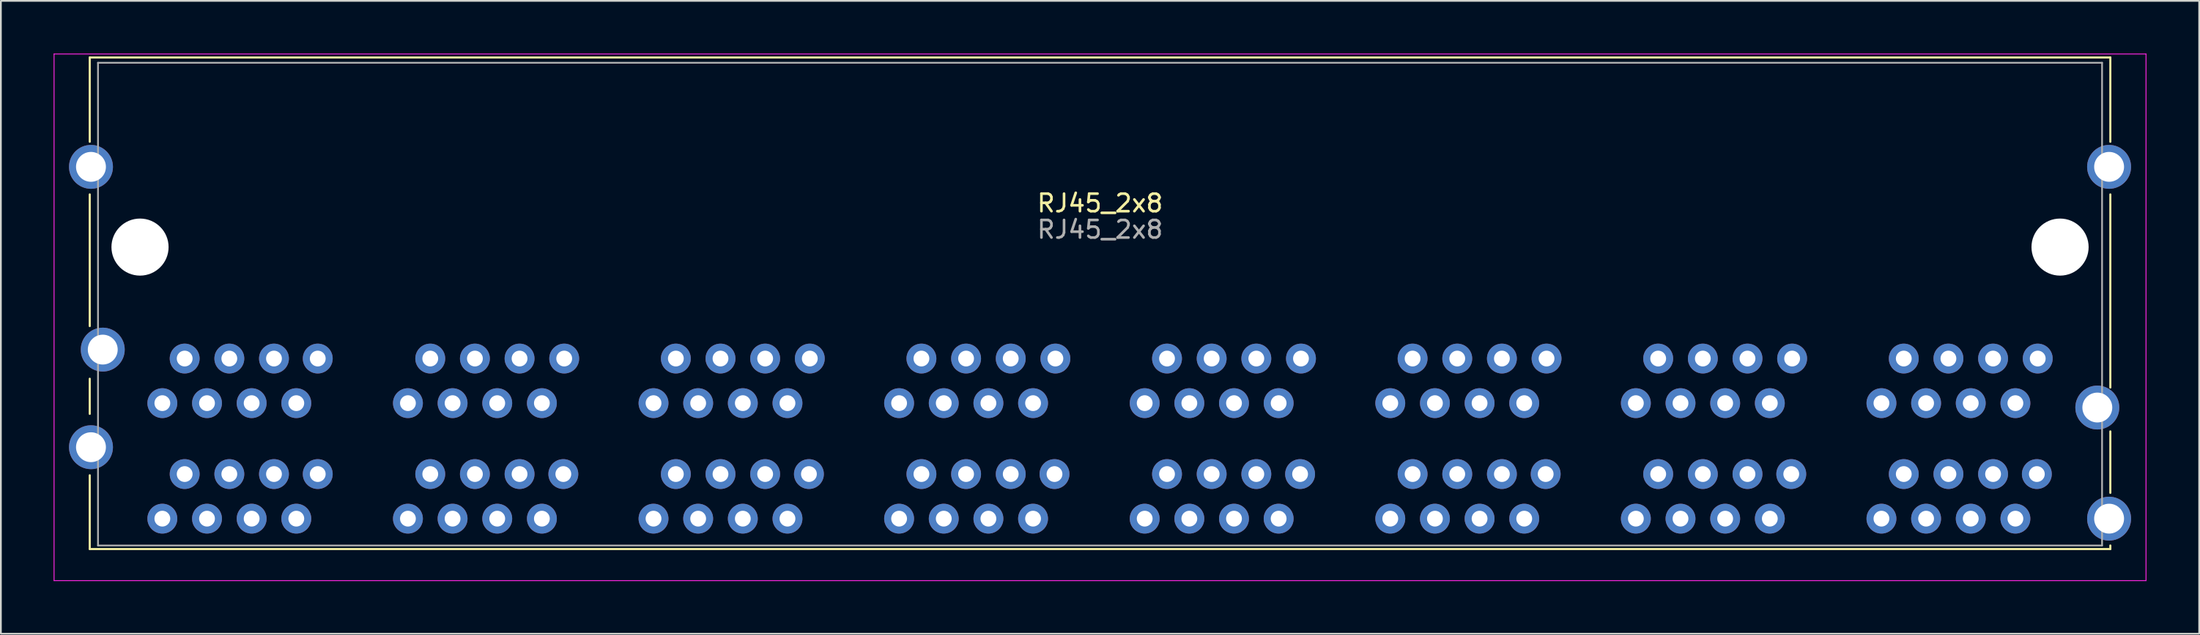
<source format=kicad_pcb>
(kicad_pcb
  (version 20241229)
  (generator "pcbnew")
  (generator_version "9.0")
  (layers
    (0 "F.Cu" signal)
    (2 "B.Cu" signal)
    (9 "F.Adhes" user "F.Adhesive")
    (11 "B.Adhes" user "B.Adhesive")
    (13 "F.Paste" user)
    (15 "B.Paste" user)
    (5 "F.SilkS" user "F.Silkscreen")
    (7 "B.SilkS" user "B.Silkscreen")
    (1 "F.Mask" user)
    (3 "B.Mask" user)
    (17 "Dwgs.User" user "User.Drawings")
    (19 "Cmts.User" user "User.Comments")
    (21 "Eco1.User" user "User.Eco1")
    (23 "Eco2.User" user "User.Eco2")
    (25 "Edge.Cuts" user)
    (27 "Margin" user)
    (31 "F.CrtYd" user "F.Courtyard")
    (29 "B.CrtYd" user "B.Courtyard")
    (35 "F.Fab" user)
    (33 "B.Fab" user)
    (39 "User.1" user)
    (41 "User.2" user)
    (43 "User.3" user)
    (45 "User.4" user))
  (footprint "RJ45_2x8"
    (layer "F.Cu")
    (at 59.525 11.025)
    (property "Reference" "RJ45_2x8" (at 0 -2.5 0) (layer "F.SilkS") (effects (font (size 1 1) (thickness 0.15))))
    (attr through_hole)
    (fp_line (start -57.47 -10.8) (end 57.47 -10.8) (stroke (width 0.12) (type solid)) (layer "F.SilkS"))
    (fp_line (start -57.47 -6) (end -57.47 -10.8) (stroke (width 0.12) (type solid)) (layer "F.SilkS"))
    (fp_line (start -57.47 4.5) (end -57.47 -3) (stroke (width 0.12) (type solid)) (layer "F.SilkS"))
    (fp_line (start -57.47 9.5) (end -57.47 7.5) (stroke (width 0.12) (type solid)) (layer "F.SilkS"))
    (fp_line (start -57.47 17.2) (end -57.47 13) (stroke (width 0.12) (type solid)) (layer "F.SilkS"))
    (fp_line (start 57.47 -10.8) (end 57.47 -6) (stroke (width 0.12) (type solid)) (layer "F.SilkS"))
    (fp_line (start 57.47 -3) (end 57.47 8) (stroke (width 0.12) (type solid)) (layer "F.SilkS"))
    (fp_line (start 57.47 10.5) (end 57.47 14) (stroke (width 0.12) (type solid)) (layer "F.SilkS"))
    (fp_line (start 57.47 17) (end 57.47 17.2) (stroke (width 0.12) (type solid)) (layer "F.SilkS"))
    (fp_line (start 57.47 17.2) (end -57.47 17.2) (stroke (width 0.12) (type solid)) (layer "F.SilkS"))
    (fp_line (start -59.5 -11) (end -59.5 19) (stroke (width 0.05) (type solid)) (layer "F.CrtYd"))
    (fp_line (start -59.5 19) (end 59.5 19) (stroke (width 0.05) (type solid)) (layer "F.CrtYd"))
    (fp_line (start 59.5 -11) (end -59.5 -11) (stroke (width 0.05) (type solid)) (layer "F.CrtYd"))
    (fp_line (start 59.5 19) (end 59.5 -11) (stroke (width 0.05) (type solid)) (layer "F.CrtYd"))
    (fp_line (start -57 -10.5) (end 57 -10.5) (stroke (width 0.1) (type solid)) (layer "F.Fab"))
    (fp_line (start -57 17) (end -57 -10.5) (stroke (width 0.1) (type solid)) (layer "F.Fab"))
    (fp_line (start 57 -10.5) (end 57 17) (stroke (width 0.1) (type solid)) (layer "F.Fab"))
    (fp_line (start 57 17) (end -57 17) (stroke (width 0.1) (type solid)) (layer "F.Fab"))
    (fp_text user "${REFERENCE}" (at 0 -1 0) (layer "F.Fab") (effects (font (size 1 1) (thickness 0.15))))
    (pad "" np_thru_hole circle (at -54.61 0) (size 3.25 3.25) (drill 3.25) (layers "*.Cu" "*.Mask"))
    (pad "" np_thru_hole circle (at 54.61 0) (size 3.25 3.25) (drill 3.25) (layers "*.Cu" "*.Mask"))
    (pad "A1" thru_hole circle (at 44.45 15.47) (size 1.7 1.7) (drill 0.9) (layers "*.Cu" "*.Mask"))
    (pad "A2" thru_hole circle (at 45.72 12.93) (size 1.7 1.7) (drill 0.9) (layers "*.Cu" "*.Mask"))
    (pad "A3" thru_hole circle (at 46.99 15.47) (size 1.7 1.7) (drill 0.9) (layers "*.Cu" "*.Mask"))
    (pad "A4" thru_hole circle (at 48.26 12.93) (size 1.7 1.7) (drill 0.9) (layers "*.Cu" "*.Mask"))
    (pad "A5" thru_hole circle (at 49.53 15.47) (size 1.7 1.7) (drill 0.9) (layers "*.Cu" "*.Mask"))
    (pad "A6" thru_hole circle (at 50.8 12.93) (size 1.7 1.7) (drill 0.9) (layers "*.Cu" "*.Mask"))
    (pad "A7" thru_hole circle (at 52.07 15.47) (size 1.7 1.7) (drill 0.9) (layers "*.Cu" "*.Mask"))
    (pad "A8" thru_hole circle (at 53.29 12.93) (size 1.7 1.7) (drill 0.9) (layers "*.Cu" "*.Mask"))
    (pad "B1" thru_hole circle (at 30.48 15.47) (size 1.7 1.7) (drill 0.9) (layers "*.Cu" "*.Mask"))
    (pad "B2" thru_hole circle (at 31.75 12.93) (size 1.7 1.7) (drill 0.9) (layers "*.Cu" "*.Mask"))
    (pad "B3" thru_hole circle (at 33.02 15.47) (size 1.7 1.7) (drill 0.9) (layers "*.Cu" "*.Mask"))
    (pad "B4" thru_hole circle (at 34.29 12.93) (size 1.7 1.7) (drill 0.9) (layers "*.Cu" "*.Mask"))
    (pad "B5" thru_hole circle (at 35.56 15.47) (size 1.7 1.7) (drill 0.9) (layers "*.Cu" "*.Mask"))
    (pad "B6" thru_hole circle (at 36.83 12.93) (size 1.7 1.7) (drill 0.9) (layers "*.Cu" "*.Mask"))
    (pad "B7" thru_hole circle (at 38.1 15.47) (size 1.7 1.7) (drill 0.9) (layers "*.Cu" "*.Mask"))
    (pad "B8" thru_hole circle (at 39.32 12.93) (size 1.7 1.7) (drill 0.9) (layers "*.Cu" "*.Mask"))
    (pad "C1" thru_hole circle (at 16.51 15.47) (size 1.7 1.7) (drill 0.9) (layers "*.Cu" "*.Mask"))
    (pad "C2" thru_hole circle (at 17.78 12.93) (size 1.7 1.7) (drill 0.9) (layers "*.Cu" "*.Mask"))
    (pad "C3" thru_hole circle (at 19.05 15.47) (size 1.7 1.7) (drill 0.9) (layers "*.Cu" "*.Mask"))
    (pad "C4" thru_hole circle (at 20.32 12.93) (size 1.7 1.7) (drill 0.9) (layers "*.Cu" "*.Mask"))
    (pad "C5" thru_hole circle (at 21.59 15.47) (size 1.7 1.7) (drill 0.9) (layers "*.Cu" "*.Mask"))
    (pad "C6" thru_hole circle (at 22.86 12.93) (size 1.7 1.7) (drill 0.9) (layers "*.Cu" "*.Mask"))
    (pad "C7" thru_hole circle (at 24.13 15.47) (size 1.7 1.7) (drill 0.9) (layers "*.Cu" "*.Mask"))
    (pad "C8" thru_hole circle (at 25.35 12.93) (size 1.7 1.7) (drill 0.9) (layers "*.Cu" "*.Mask"))
    (pad "D1" thru_hole circle (at 2.54 15.47) (size 1.7 1.7) (drill 0.9) (layers "*.Cu" "*.Mask"))
    (pad "D2" thru_hole circle (at 3.81 12.93) (size 1.7 1.7) (drill 0.9) (layers "*.Cu" "*.Mask"))
    (pad "D3" thru_hole circle (at 5.08 15.47) (size 1.7 1.7) (drill 0.9) (layers "*.Cu" "*.Mask"))
    (pad "D4" thru_hole circle (at 6.35 12.93) (size 1.7 1.7) (drill 0.9) (layers "*.Cu" "*.Mask"))
    (pad "D5" thru_hole circle (at 7.62 15.47) (size 1.7 1.7) (drill 0.9) (layers "*.Cu" "*.Mask"))
    (pad "D6" thru_hole circle (at 8.89 12.93) (size 1.7 1.7) (drill 0.9) (layers "*.Cu" "*.Mask"))
    (pad "D7" thru_hole circle (at 10.16 15.47) (size 1.7 1.7) (drill 0.9) (layers "*.Cu" "*.Mask"))
    (pad "D8" thru_hole circle (at 11.38 12.93) (size 1.7 1.7) (drill 0.9) (layers "*.Cu" "*.Mask"))
    (pad "E1" thru_hole circle (at -11.43 15.47) (size 1.7 1.7) (drill 0.9) (layers "*.Cu" "*.Mask"))
    (pad "E2" thru_hole circle (at -10.16 12.93) (size 1.7 1.7) (drill 0.9) (layers "*.Cu" "*.Mask"))
    (pad "E3" thru_hole circle (at -8.89 15.47) (size 1.7 1.7) (drill 0.9) (layers "*.Cu" "*.Mask"))
    (pad "E4" thru_hole circle (at -7.62 12.93) (size 1.7 1.7) (drill 0.9) (layers "*.Cu" "*.Mask"))
    (pad "E5" thru_hole circle (at -6.35 15.47) (size 1.7 1.7) (drill 0.9) (layers "*.Cu" "*.Mask"))
    (pad "E6" thru_hole circle (at -5.08 12.93) (size 1.7 1.7) (drill 0.9) (layers "*.Cu" "*.Mask"))
    (pad "E7" thru_hole circle (at -3.81 15.47) (size 1.7 1.7) (drill 0.9) (layers "*.Cu" "*.Mask"))
    (pad "E8" thru_hole circle (at -2.59 12.93) (size 1.7 1.7) (drill 0.9) (layers "*.Cu" "*.Mask"))
    (pad "F1" thru_hole circle (at -25.4 15.47) (size 1.7 1.7) (drill 0.9) (layers "*.Cu" "*.Mask"))
    (pad "F2" thru_hole circle (at -24.13 12.93) (size 1.7 1.7) (drill 0.9) (layers "*.Cu" "*.Mask"))
    (pad "F3" thru_hole circle (at -22.86 15.47) (size 1.7 1.7) (drill 0.9) (layers "*.Cu" "*.Mask"))
    (pad "F4" thru_hole circle (at -21.59 12.93) (size 1.7 1.7) (drill 0.9) (layers "*.Cu" "*.Mask"))
    (pad "F5" thru_hole circle (at -20.32 15.47) (size 1.7 1.7) (drill 0.9) (layers "*.Cu" "*.Mask"))
    (pad "F6" thru_hole circle (at -19.05 12.93) (size 1.7 1.7) (drill 0.9) (layers "*.Cu" "*.Mask"))
    (pad "F7" thru_hole circle (at -17.78 15.47) (size 1.7 1.7) (drill 0.9) (layers "*.Cu" "*.Mask"))
    (pad "F8" thru_hole circle (at -16.56 12.93) (size 1.7 1.7) (drill 0.9) (layers "*.Cu" "*.Mask"))
    (pad "G1" thru_hole circle (at -39.37 15.47) (size 1.7 1.7) (drill 0.9) (layers "*.Cu" "*.Mask"))
    (pad "G2" thru_hole circle (at -38.1 12.93) (size 1.7 1.7) (drill 0.9) (layers "*.Cu" "*.Mask"))
    (pad "G3" thru_hole circle (at -36.83 15.47) (size 1.7 1.7) (drill 0.9) (layers "*.Cu" "*.Mask"))
    (pad "G4" thru_hole circle (at -35.56 12.93) (size 1.7 1.7) (drill 0.9) (layers "*.Cu" "*.Mask"))
    (pad "G5" thru_hole circle (at -34.29 15.47) (size 1.7 1.7) (drill 0.9) (layers "*.Cu" "*.Mask"))
    (pad "G6" thru_hole circle (at -33.02 12.93) (size 1.7 1.7) (drill 0.9) (layers "*.Cu" "*.Mask"))
    (pad "G7" thru_hole circle (at -31.75 15.47) (size 1.7 1.7) (drill 0.9) (layers "*.Cu" "*.Mask"))
    (pad "G8" thru_hole circle (at -30.53 12.93) (size 1.7 1.7) (drill 0.9) (layers "*.Cu" "*.Mask"))
    (pad "H1" thru_hole circle (at -53.34 15.47) (size 1.7 1.7) (drill 0.9) (layers "*.Cu" "*.Mask"))
    (pad "H2" thru_hole circle (at -52.07 12.93) (size 1.7 1.7) (drill 0.9) (layers "*.Cu" "*.Mask"))
    (pad "H3" thru_hole circle (at -50.8 15.47) (size 1.7 1.7) (drill 0.9) (layers "*.Cu" "*.Mask"))
    (pad "H4" thru_hole circle (at -49.53 12.93) (size 1.7 1.7) (drill 0.9) (layers "*.Cu" "*.Mask"))
    (pad "H5" thru_hole circle (at -48.26 15.47) (size 1.7 1.7) (drill 0.9) (layers "*.Cu" "*.Mask"))
    (pad "H6" thru_hole circle (at -46.99 12.93) (size 1.7 1.7) (drill 0.9) (layers "*.Cu" "*.Mask"))
    (pad "H7" thru_hole circle (at -45.72 15.47) (size 1.7 1.7) (drill 0.9) (layers "*.Cu" "*.Mask"))
    (pad "H8" thru_hole circle (at -44.5 12.93) (size 1.7 1.7) (drill 0.9) (layers "*.Cu" "*.Mask"))
    (pad "I1" thru_hole circle (at 53.34 6.35) (size 1.7 1.7) (drill 0.9) (layers "*.Cu" "*.Mask"))
    (pad "I2" thru_hole circle (at 52.07 8.89) (size 1.7 1.7) (drill 0.9) (layers "*.Cu" "*.Mask"))
    (pad "I3" thru_hole circle (at 50.8 6.35) (size 1.7 1.7) (drill 0.9) (layers "*.Cu" "*.Mask"))
    (pad "I4" thru_hole circle (at 49.53 8.89) (size 1.7 1.7) (drill 0.9) (layers "*.Cu" "*.Mask"))
    (pad "I5" thru_hole circle (at 48.26 6.35) (size 1.7 1.7) (drill 0.9) (layers "*.Cu" "*.Mask"))
    (pad "I6" thru_hole circle (at 46.99 8.89) (size 1.7 1.7) (drill 0.9) (layers "*.Cu" "*.Mask"))
    (pad "I7" thru_hole circle (at 45.72 6.35) (size 1.7 1.7) (drill 0.9) (layers "*.Cu" "*.Mask"))
    (pad "I8" thru_hole circle (at 44.45 8.89) (size 1.7 1.7) (drill 0.9) (layers "*.Cu" "*.Mask"))
    (pad "J1" thru_hole circle (at 39.37 6.35) (size 1.7 1.7) (drill 0.9) (layers "*.Cu" "*.Mask"))
    (pad "J2" thru_hole circle (at 38.1 8.89) (size 1.7 1.7) (drill 0.9) (layers "*.Cu" "*.Mask"))
    (pad "J3" thru_hole circle (at 36.83 6.35) (size 1.7 1.7) (drill 0.9) (layers "*.Cu" "*.Mask"))
    (pad "J4" thru_hole circle (at 35.56 8.89) (size 1.7 1.7) (drill 0.9) (layers "*.Cu" "*.Mask"))
    (pad "J5" thru_hole circle (at 34.29 6.35) (size 1.7 1.7) (drill 0.9) (layers "*.Cu" "*.Mask"))
    (pad "J6" thru_hole circle (at 33.02 8.89) (size 1.7 1.7) (drill 0.9) (layers "*.Cu" "*.Mask"))
    (pad "J7" thru_hole circle (at 31.75 6.35) (size 1.7 1.7) (drill 0.9) (layers "*.Cu" "*.Mask"))
    (pad "J8" thru_hole circle (at 30.48 8.89) (size 1.7 1.7) (drill 0.9) (layers "*.Cu" "*.Mask"))
    (pad "K1" thru_hole circle (at 25.4 6.35) (size 1.7 1.7) (drill 0.9) (layers "*.Cu" "*.Mask"))
    (pad "K2" thru_hole circle (at 24.13 8.89) (size 1.7 1.7) (drill 0.9) (layers "*.Cu" "*.Mask"))
    (pad "K3" thru_hole circle (at 22.86 6.35) (size 1.7 1.7) (drill 0.9) (layers "*.Cu" "*.Mask"))
    (pad "K4" thru_hole circle (at 21.59 8.89) (size 1.7 1.7) (drill 0.9) (layers "*.Cu" "*.Mask"))
    (pad "K5" thru_hole circle (at 20.32 6.35) (size 1.7 1.7) (drill 0.9) (layers "*.Cu" "*.Mask"))
    (pad "K6" thru_hole circle (at 19.05 8.89) (size 1.7 1.7) (drill 0.9) (layers "*.Cu" "*.Mask"))
    (pad "K7" thru_hole circle (at 17.78 6.35) (size 1.7 1.7) (drill 0.9) (layers "*.Cu" "*.Mask"))
    (pad "K8" thru_hole circle (at 16.51 8.89) (size 1.7 1.7) (drill 0.9) (layers "*.Cu" "*.Mask"))
    (pad "L1" thru_hole circle (at 11.43 6.35) (size 1.7 1.7) (drill 0.9) (layers "*.Cu" "*.Mask"))
    (pad "L2" thru_hole circle (at 10.16 8.89) (size 1.7 1.7) (drill 0.9) (layers "*.Cu" "*.Mask"))
    (pad "L3" thru_hole circle (at 8.89 6.35) (size 1.7 1.7) (drill 0.9) (layers "*.Cu" "*.Mask"))
    (pad "L4" thru_hole circle (at 7.62 8.89) (size 1.7 1.7) (drill 0.9) (layers "*.Cu" "*.Mask"))
    (pad "L5" thru_hole circle (at 6.35 6.35) (size 1.7 1.7) (drill 0.9) (layers "*.Cu" "*.Mask"))
    (pad "L6" thru_hole circle (at 5.08 8.89) (size 1.7 1.7) (drill 0.9) (layers "*.Cu" "*.Mask"))
    (pad "L7" thru_hole circle (at 3.81 6.35) (size 1.7 1.7) (drill 0.9) (layers "*.Cu" "*.Mask"))
    (pad "L8" thru_hole circle (at 2.54 8.89) (size 1.7 1.7) (drill 0.9) (layers "*.Cu" "*.Mask"))
    (pad "M1" thru_hole circle (at -2.54 6.35) (size 1.7 1.7) (drill 0.9) (layers "*.Cu" "*.Mask"))
    (pad "M2" thru_hole circle (at -3.81 8.89) (size 1.7 1.7) (drill 0.9) (layers "*.Cu" "*.Mask"))
    (pad "M3" thru_hole circle (at -5.08 6.35) (size 1.7 1.7) (drill 0.9) (layers "*.Cu" "*.Mask"))
    (pad "M4" thru_hole circle (at -6.35 8.89) (size 1.7 1.7) (drill 0.9) (layers "*.Cu" "*.Mask"))
    (pad "M5" thru_hole circle (at -7.62 6.35) (size 1.7 1.7) (drill 0.9) (layers "*.Cu" "*.Mask"))
    (pad "M6" thru_hole circle (at -8.89 8.89) (size 1.7 1.7) (drill 0.9) (layers "*.Cu" "*.Mask"))
    (pad "M7" thru_hole circle (at -10.16 6.35) (size 1.7 1.7) (drill 0.9) (layers "*.Cu" "*.Mask"))
    (pad "M8" thru_hole circle (at -11.43 8.89) (size 1.7 1.7) (drill 0.9) (layers "*.Cu" "*.Mask"))
    (pad "N1" thru_hole circle (at -16.51 6.35) (size 1.7 1.7) (drill 0.9) (layers "*.Cu" "*.Mask"))
    (pad "N2" thru_hole circle (at -17.78 8.89) (size 1.7 1.7) (drill 0.9) (layers "*.Cu" "*.Mask"))
    (pad "N3" thru_hole circle (at -19.05 6.35) (size 1.7 1.7) (drill 0.9) (layers "*.Cu" "*.Mask"))
    (pad "N4" thru_hole circle (at -20.32 8.89) (size 1.7 1.7) (drill 0.9) (layers "*.Cu" "*.Mask"))
    (pad "N5" thru_hole circle (at -21.59 6.35) (size 1.7 1.7) (drill 0.9) (layers "*.Cu" "*.Mask"))
    (pad "N6" thru_hole circle (at -22.86 8.89) (size 1.7 1.7) (drill 0.9) (layers "*.Cu" "*.Mask"))
    (pad "N7" thru_hole circle (at -24.13 6.35) (size 1.7 1.7) (drill 0.9) (layers "*.Cu" "*.Mask"))
    (pad "N8" thru_hole circle (at -25.4 8.89) (size 1.7 1.7) (drill 0.9) (layers "*.Cu" "*.Mask"))
    (pad "O1" thru_hole circle (at -30.48 6.35) (size 1.7 1.7) (drill 0.9) (layers "*.Cu" "*.Mask"))
    (pad "O2" thru_hole circle (at -31.75 8.89) (size 1.7 1.7) (drill 0.9) (layers "*.Cu" "*.Mask"))
    (pad "O3" thru_hole circle (at -33.02 6.35) (size 1.7 1.7) (drill 0.9) (layers "*.Cu" "*.Mask"))
    (pad "O4" thru_hole circle (at -34.29 8.89) (size 1.7 1.7) (drill 0.9) (layers "*.Cu" "*.Mask"))
    (pad "O5" thru_hole circle (at -35.56 6.35) (size 1.7 1.7) (drill 0.9) (layers "*.Cu" "*.Mask"))
    (pad "O6" thru_hole circle (at -36.83 8.89) (size 1.7 1.7) (drill 0.9) (layers "*.Cu" "*.Mask"))
    (pad "O7" thru_hole circle (at -38.1 6.35) (size 1.7 1.7) (drill 0.9) (layers "*.Cu" "*.Mask"))
    (pad "O8" thru_hole circle (at -39.37 8.89) (size 1.7 1.7) (drill 0.9) (layers "*.Cu" "*.Mask"))
    (pad "P1" thru_hole circle (at -44.5 6.35) (size 1.7 1.7) (drill 0.9) (layers "*.Cu" "*.Mask"))
    (pad "P2" thru_hole circle (at -45.72 8.89) (size 1.7 1.7) (drill 0.9) (layers "*.Cu" "*.Mask"))
    (pad "P3" thru_hole circle (at -46.99 6.35) (size 1.7 1.7) (drill 0.9) (layers "*.Cu" "*.Mask"))
    (pad "P4" thru_hole circle (at -48.26 8.89) (size 1.7 1.7) (drill 0.9) (layers "*.Cu" "*.Mask"))
    (pad "P5" thru_hole circle (at -49.53 6.35) (size 1.7 1.7) (drill 0.9) (layers "*.Cu" "*.Mask"))
    (pad "P6" thru_hole circle (at -50.8 8.89) (size 1.7 1.7) (drill 0.9) (layers "*.Cu" "*.Mask"))
    (pad "P7" thru_hole circle (at -52.07 6.35) (size 1.7 1.7) (drill 0.9) (layers "*.Cu" "*.Mask"))
    (pad "P8" thru_hole circle (at -53.34 8.89) (size 1.7 1.7) (drill 0.9) (layers "*.Cu" "*.Mask"))
    (pad "SH" thru_hole circle (at -57.4 -4.57) (size 2.5 2.5) (drill 1.7) (layers "*.Cu" "*.Mask"))
    (pad "SH" thru_hole circle (at -57.4 11.4) (size 2.5 2.5) (drill 1.7) (layers "*.Cu" "*.Mask"))
    (pad "SH" thru_hole circle (at -56.73 5.84) (size 2.5 2.5) (drill 1.7) (layers "*.Cu" "*.Mask"))
    (pad "SH" thru_hole circle (at 56.73 9.14) (size 2.5 2.5) (drill 1.7) (layers "*.Cu" "*.Mask"))
    (pad "SH" thru_hole circle (at 57.4 -4.57) (size 2.5 2.5) (drill 1.7) (layers "*.Cu" "*.Mask"))
    (pad "SH" thru_hole circle (at 57.4 15.47) (size 2.5 2.5) (drill 1.7) (layers "*.Cu" "*.Mask")))
  (gr_rect
    (start -3 -3)
    (end 122.05 33.05)
    (stroke (width 0.1) (type default))
    (fill no)
    (layer "Edge.Cuts")))
</source>
